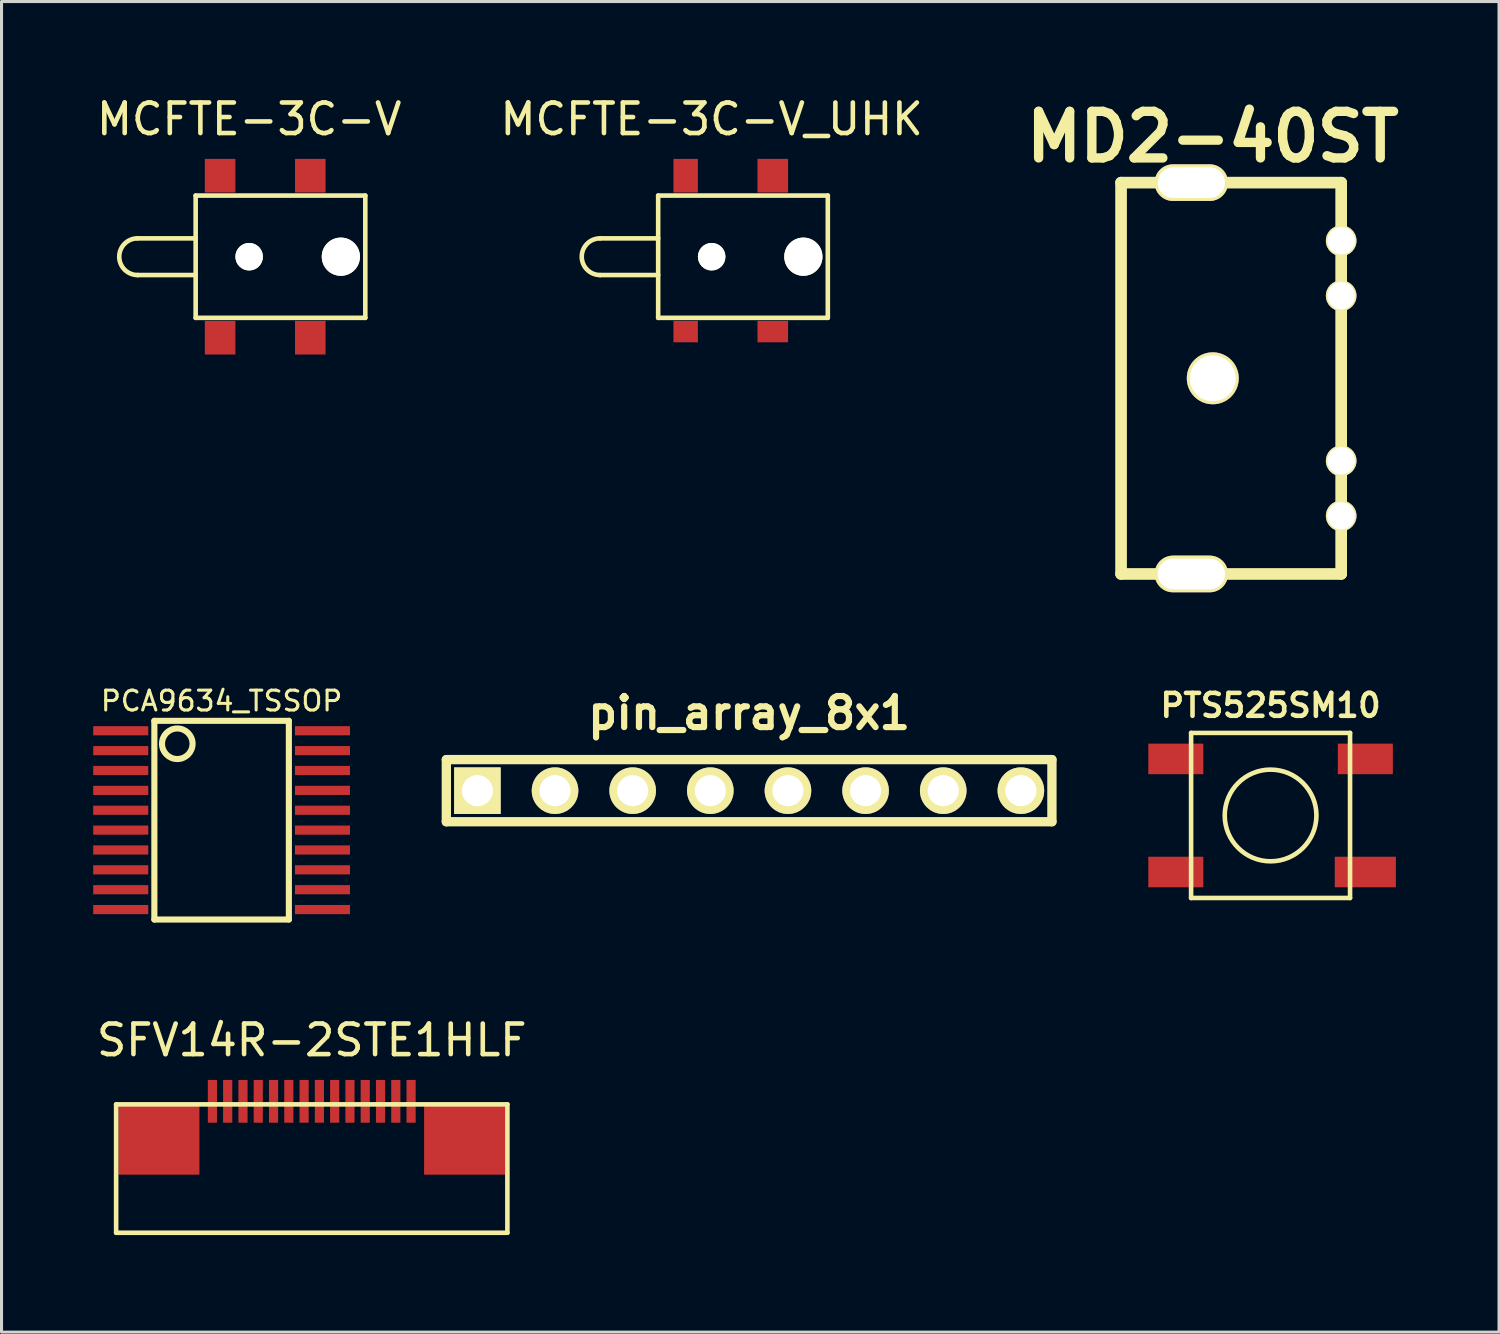
<source format=kicad_pcb>
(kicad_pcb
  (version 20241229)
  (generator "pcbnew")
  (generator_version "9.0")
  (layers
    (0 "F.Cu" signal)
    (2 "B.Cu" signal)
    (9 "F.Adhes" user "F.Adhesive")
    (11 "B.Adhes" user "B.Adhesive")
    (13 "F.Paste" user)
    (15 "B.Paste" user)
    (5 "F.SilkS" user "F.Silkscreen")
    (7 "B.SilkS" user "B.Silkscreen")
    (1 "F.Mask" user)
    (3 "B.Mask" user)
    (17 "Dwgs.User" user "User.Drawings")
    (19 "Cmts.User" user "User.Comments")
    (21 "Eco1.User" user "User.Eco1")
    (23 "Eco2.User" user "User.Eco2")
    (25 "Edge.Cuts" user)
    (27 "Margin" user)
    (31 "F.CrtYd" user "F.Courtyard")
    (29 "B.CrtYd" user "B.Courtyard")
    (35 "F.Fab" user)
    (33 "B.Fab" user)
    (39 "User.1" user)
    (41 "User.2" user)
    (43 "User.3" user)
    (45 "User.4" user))
  (footprint "pin_array_8x1"
    (layer "F.Cu")
    (at 21.458 22.817)
    (property "Reference" "pin_array_8x1" (at 0 -2.54 0) (layer "F.SilkS") (effects (font (size 1.016 1.016) (thickness 0.203))))
    (attr through_hole)
    (fp_line (start -9.906 -1.016) (end 9.906 -1.016) (stroke (width 0.305) (type solid)) (layer "F.SilkS"))
    (fp_line (start -9.906 1.016) (end -9.906 -1.016) (stroke (width 0.305) (type solid)) (layer "F.SilkS"))
    (fp_line (start 9.906 -1.016) (end 9.906 1.016) (stroke (width 0.305) (type solid)) (layer "F.SilkS"))
    (fp_line (start 9.906 1.016) (end -9.906 1.016) (stroke (width 0.305) (type solid)) (layer "F.SilkS"))
    (pad "1" thru_hole rect (at -8.89 0) (size 1.524 1.524) (drill 1.016) (layers "*.Cu" "*.Mask" "F.SilkS"))
    (pad "2" thru_hole circle (at -6.35 0) (size 1.524 1.524) (drill 1.016) (layers "*.Cu" "*.Mask" "F.SilkS"))
    (pad "3" thru_hole circle (at -3.81 0) (size 1.524 1.524) (drill 1.016) (layers "*.Cu" "*.Mask" "F.SilkS"))
    (pad "4" thru_hole circle (at -1.27 0) (size 1.524 1.524) (drill 1.016) (layers "*.Cu" "*.Mask" "F.SilkS"))
    (pad "5" thru_hole circle (at 1.27 0) (size 1.524 1.524) (drill 1.016) (layers "*.Cu" "*.Mask" "F.SilkS"))
    (pad "6" thru_hole circle (at 3.81 0) (size 1.524 1.524) (drill 1.016) (layers "*.Cu" "*.Mask" "F.SilkS"))
    (pad "7" thru_hole circle (at 6.35 0) (size 1.524 1.524) (drill 1.016) (layers "*.Cu" "*.Mask" "F.SilkS"))
    (pad "8" thru_hole circle (at 8.89 0) (size 1.524 1.524) (drill 1.016) (layers "*.Cu" "*.Mask" "F.SilkS")))
  (footprint "MCFTE-3C-V"
    (layer "F.Cu")
    (at 5.101 5.348)
    (property "Reference" "MCFTE-3C-V" (at 0 -4.5 0) (layer "F.SilkS") (effects (font (size 1 1) (thickness 0.15))))
    (attr through_hole)
    (fp_line (start -1.75 -2) (end -1.75 2) (stroke (width 0.15) (type solid)) (layer "F.SilkS"))
    (fp_line (start -1.75 -2) (end 3.8 -2) (stroke (width 0.15) (type solid)) (layer "F.SilkS"))
    (fp_line (start -1.75 -0.6) (end -3.65 -0.6) (stroke (width 0.15) (type solid)) (layer "F.SilkS"))
    (fp_line (start -1.75 0.6) (end -3.65 0.6) (stroke (width 0.15) (type solid)) (layer "F.SilkS"))
    (fp_line (start -1.75 2) (end 3.8 2) (stroke (width 0.15) (type solid)) (layer "F.SilkS"))
    (fp_line (start 3.8 -2) (end 3.8 2) (stroke (width 0.15) (type solid)) (layer "F.SilkS"))
    (fp_arc (start -3.65 0.6) (mid -4.25 0) (end -3.65 -0.6) (stroke (width 0.15) (type solid)) (layer "F.SilkS"))
    (pad "" np_thru_hole circle (at 0 0) (size 0.9 0.9) (drill 0.9) (layers "*.Cu" "*.Mask" "F.SilkS"))
    (pad "" np_thru_hole circle (at 3 0) (size 1.25 1.25) (drill 1.25) (layers "*.Cu" "*.Mask" "F.SilkS"))
    (pad "1" smd rect (at -0.95 -2.65) (size 1 1.1) (layers "F.Cu" "F.Mask" "F.Paste"))
    (pad "1" smd rect (at 2 -2.65) (size 1 1.1) (layers "F.Cu" "F.Mask" "F.Paste"))
    (pad "2" smd rect (at -0.95 2.65) (size 1 1.1) (layers "F.Cu" "F.Mask" "F.Paste"))
    (pad "2" smd rect (at 2 2.65) (size 1 1.1) (layers "F.Cu" "F.Mask" "F.Paste")))
  (footprint "MD2-40ST"
    (layer "F.Cu")
    (at 36.626 9.326)
    (property "Reference" "MD2-40ST" (at 0 -7.899 0) (layer "F.SilkS") (effects (font (size 1.524 1.524) (thickness 0.305))))
    (attr through_hole)
    (fp_line (start -3 -6.401) (end -3 6.401) (stroke (width 0.381) (type solid)) (layer "F.SilkS"))
    (fp_line (start -3 6.401) (end 4.201 6.401) (stroke (width 0.381) (type solid)) (layer "F.SilkS"))
    (fp_line (start 4.201 -6.401) (end -3 -6.401) (stroke (width 0.381) (type solid)) (layer "F.SilkS"))
    (fp_line (start 4.201 6.401) (end 4.201 -6.401) (stroke (width 0.381) (type solid)) (layer "F.SilkS"))
    (pad "1" thru_hole circle (at 0 0) (size 1.699 1.699) (drill 1.501) (layers "*.Cu" "*.Mask" "F.SilkS"))
    (pad "3" thru_hole circle (at 4.201 -2.7) (size 1.001 1.001) (drill 0.899) (layers "*.Cu" "*.Mask" "F.SilkS"))
    (pad "4" thru_hole circle (at 4.201 2.7) (size 1.001 1.001) (drill 0.899) (layers "*.Cu" "*.Mask" "F.SilkS"))
    (pad "5" thru_hole circle (at 4.201 4.501) (size 1.001 1.001) (drill 0.899) (layers "*.Cu" "*.Mask" "F.SilkS"))
    (pad "6" thru_hole oval (at -0.701 -6.401) (size 2.4 1.199) (drill oval 2.2 1.001) (layers "*.Cu" "*.Mask" "F.SilkS"))
    (pad "6" thru_hole circle (at 4.201 -4.501) (size 1.001 1.001) (drill 0.899) (layers "*.Cu" "*.Mask" "F.SilkS"))
    (pad "7" thru_hole oval (at -0.701 6.401) (size 2.4 1.199) (drill oval 2.2 1.001) (layers "*.Cu" "*.Mask" "F.SilkS")))
  (footprint "SFV14R-2STE1HLF"
    (layer "F.Cu")
    (at 7.149 37.28)
    (property "Reference" "SFV14R-2STE1HLF" (at 0 -6.3 0) (layer "F.SilkS") (effects (font (size 1 1) (thickness 0.15))))
    (attr through_hole)
    (fp_line (start -6.4 -4.2) (end -6.4 0) (stroke (width 0.15) (type solid)) (layer "F.SilkS"))
    (fp_line (start -6.4 -4.2) (end 6.4 -4.2) (stroke (width 0.15) (type solid)) (layer "F.SilkS"))
    (fp_line (start -6.4 0) (end 6.4 0) (stroke (width 0.15) (type solid)) (layer "F.SilkS"))
    (fp_line (start 6.4 -4.2) (end 6.4 0) (stroke (width 0.15) (type solid)) (layer "F.SilkS"))
    (pad "" smd rect (at -5 -3.05) (size 2.65 2.3) (layers "F.Cu" "F.Mask" "F.Paste"))
    (pad "" smd rect (at 5 -3.05) (size 2.65 2.3) (layers "F.Cu" "F.Mask" "F.Paste"))
    (pad "1" smd rect (at -3.25 -4.3) (size 0.3 1.4) (layers "F.Cu" "F.Mask" "F.Paste"))
    (pad "2" smd rect (at -2.75 -4.3) (size 0.3 1.4) (layers "F.Cu" "F.Mask" "F.Paste"))
    (pad "3" smd rect (at -2.25 -4.3) (size 0.3 1.4) (layers "F.Cu" "F.Mask" "F.Paste"))
    (pad "4" smd rect (at -1.75 -4.3) (size 0.3 1.4) (layers "F.Cu" "F.Mask" "F.Paste"))
    (pad "5" smd rect (at -1.25 -4.3) (size 0.3 1.4) (layers "F.Cu" "F.Mask" "F.Paste"))
    (pad "6" smd rect (at -0.75 -4.3) (size 0.3 1.4) (layers "F.Cu" "F.Mask" "F.Paste"))
    (pad "7" smd rect (at -0.25 -4.3) (size 0.3 1.4) (layers "F.Cu" "F.Mask" "F.Paste"))
    (pad "8" smd rect (at 0.25 -4.3) (size 0.3 1.4) (layers "F.Cu" "F.Mask" "F.Paste"))
    (pad "9" smd rect (at 0.75 -4.3) (size 0.3 1.4) (layers "F.Cu" "F.Mask" "F.Paste"))
    (pad "10" smd rect (at 1.25 -4.3) (size 0.3 1.4) (layers "F.Cu" "F.Mask" "F.Paste"))
    (pad "11" smd rect (at 1.75 -4.3) (size 0.3 1.4) (layers "F.Cu" "F.Mask" "F.Paste"))
    (pad "12" smd rect (at 2.25 -4.3) (size 0.3 1.4) (layers "F.Cu" "F.Mask" "F.Paste"))
    (pad "13" smd rect (at 2.75 -4.3) (size 0.3 1.4) (layers "F.Cu" "F.Mask" "F.Paste"))
    (pad "14" smd rect (at 3.25 -4.3) (size 0.3 1.4) (layers "F.Cu" "F.Mask" "F.Paste")))
  (footprint "PCA9634_TSSOP"
    (layer "F.Cu")
    (at 4.2 23.782)
    (property "Reference" "PCA9634_TSSOP" (at 0 -3.9 0) (layer "F.SilkS") (effects (font (size 0.65 0.65) (thickness 0.1))))
    (attr smd)
    (fp_line (start -2.2 -3.25) (end 2.2 -3.25) (stroke (width 0.2) (type solid)) (layer "F.SilkS"))
    (fp_line (start -2.2 3.25) (end -2.2 -3.25) (stroke (width 0.2) (type solid)) (layer "F.SilkS"))
    (fp_line (start 2.2 -3.25) (end 2.2 3.25) (stroke (width 0.2) (type solid)) (layer "F.SilkS"))
    (fp_line (start 2.2 3.25) (end -2.2 3.25) (stroke (width 0.2) (type solid)) (layer "F.SilkS"))
    (fp_circle (center -1.45 -2.5) (end -0.95 -2.5) (stroke (width 0.2) (type solid)) (fill no) (layer "F.SilkS"))
    (pad "1" smd rect (at -3.3 -2.925) (size 1.8 0.3) (layers "F.Cu" "F.Mask" "F.Paste"))
    (pad "2" smd rect (at -3.3 -2.275) (size 1.8 0.3) (layers "F.Cu" "F.Mask" "F.Paste"))
    (pad "3" smd rect (at -3.3 -1.625) (size 1.8 0.3) (layers "F.Cu" "F.Mask" "F.Paste"))
    (pad "4" smd rect (at -3.3 -0.975) (size 1.8 0.3) (layers "F.Cu" "F.Mask" "F.Paste"))
    (pad "5" smd rect (at -3.3 -0.325) (size 1.8 0.3) (layers "F.Cu" "F.Mask" "F.Paste"))
    (pad "6" smd rect (at -3.3 0.325) (size 1.8 0.3) (layers "F.Cu" "F.Mask" "F.Paste"))
    (pad "7" smd rect (at -3.3 0.975) (size 1.8 0.3) (layers "F.Cu" "F.Mask" "F.Paste"))
    (pad "8" smd rect (at -3.3 1.625) (size 1.8 0.3) (layers "F.Cu" "F.Mask" "F.Paste"))
    (pad "9" smd rect (at -3.3 2.275) (size 1.8 0.3) (layers "F.Cu" "F.Mask" "F.Paste"))
    (pad "10" smd rect (at -3.3 2.925) (size 1.8 0.3) (layers "F.Cu" "F.Mask" "F.Paste"))
    (pad "11" smd rect (at 3.3 2.925) (size 1.8 0.3) (layers "F.Cu" "F.Mask" "F.Paste"))
    (pad "12" smd rect (at 3.3 2.275) (size 1.8 0.3) (layers "F.Cu" "F.Mask" "F.Paste"))
    (pad "13" smd rect (at 3.3 1.625) (size 1.8 0.3) (layers "F.Cu" "F.Mask" "F.Paste"))
    (pad "14" smd rect (at 3.3 0.975) (size 1.8 0.3) (layers "F.Cu" "F.Mask" "F.Paste"))
    (pad "15" smd rect (at 3.3 0.325) (size 1.8 0.3) (layers "F.Cu" "F.Mask" "F.Paste"))
    (pad "16" smd rect (at 3.3 -0.325) (size 1.8 0.3) (layers "F.Cu" "F.Mask" "F.Paste"))
    (pad "17" smd rect (at 3.3 -0.975) (size 1.8 0.3) (layers "F.Cu" "F.Mask" "F.Paste"))
    (pad "18" smd rect (at 3.3 -1.625) (size 1.8 0.3) (layers "F.Cu" "F.Mask" "F.Paste"))
    (pad "19" smd rect (at 3.3 -2.275) (size 1.8 0.3) (layers "F.Cu" "F.Mask" "F.Paste"))
    (pad "20" smd rect (at 3.3 -2.925) (size 1.8 0.3) (layers "F.Cu" "F.Mask" "F.Paste")))
  (footprint "PTS525SM10"
    (layer "F.Cu")
    (at 38.517 23.628)
    (property "Reference" "PTS525SM10" (at 0 -3.6 0) (layer "F.SilkS") (effects (font (size 0.75 0.75) (thickness 0.15))))
    (attr through_hole)
    (fp_line (start -2.6 -2.7) (end 2.6 -2.7) (stroke (width 0.15) (type solid)) (layer "F.SilkS"))
    (fp_line (start -2.6 2.7) (end -2.6 -2.7) (stroke (width 0.15) (type solid)) (layer "F.SilkS"))
    (fp_line (start 2.6 -2.7) (end 2.6 2.7) (stroke (width 0.15) (type solid)) (layer "F.SilkS"))
    (fp_line (start 2.6 2.7) (end -2.6 2.7) (stroke (width 0.15) (type solid)) (layer "F.SilkS"))
    (fp_circle (center 0 0) (end 1.5 0) (stroke (width 0.15) (type solid)) (fill no) (layer "F.SilkS"))
    (pad "1" smd rect (at -3.1 -1.85) (size 1.8 1) (layers "F.Cu" "F.Mask" "F.Paste"))
    (pad "1" smd rect (at 3.1 -1.85) (size 1.8 1) (layers "F.Cu" "F.Mask" "F.Paste"))
    (pad "2" smd rect (at -3.1 1.85) (size 1.8 1) (layers "F.Cu" "F.Mask" "F.Paste"))
    (pad "2" smd rect (at 3.1 1.85) (size 2 1) (layers "F.Cu" "F.Mask" "F.Paste")))
  (footprint "MCFTE-3C-V_UHK"
    (layer "F.Cu")
    (at 20.232 5.348)
    (property "Reference" "MCFTE-3C-V_UHK" (at 0 -4.5 0) (layer "F.SilkS") (effects (font (size 1 1) (thickness 0.15))))
    (attr through_hole)
    (fp_line (start -1.75 -2) (end -1.75 2) (stroke (width 0.15) (type solid)) (layer "F.SilkS"))
    (fp_line (start -1.75 -2) (end 3.8 -2) (stroke (width 0.15) (type solid)) (layer "F.SilkS"))
    (fp_line (start -1.75 -0.6) (end -3.65 -0.6) (stroke (width 0.15) (type solid)) (layer "F.SilkS"))
    (fp_line (start -1.75 0.6) (end -3.65 0.6) (stroke (width 0.15) (type solid)) (layer "F.SilkS"))
    (fp_line (start -1.75 2) (end 3.8 2) (stroke (width 0.15) (type solid)) (layer "F.SilkS"))
    (fp_line (start 3.8 -2) (end 3.8 2) (stroke (width 0.15) (type solid)) (layer "F.SilkS"))
    (fp_arc (start -3.65 0.6) (mid -4.25 0) (end -3.65 -0.6) (stroke (width 0.15) (type solid)) (layer "F.SilkS"))
    (pad "" np_thru_hole circle (at 0 0) (size 0.9 0.9) (drill 0.9) (layers "*.Cu" "*.Mask" "F.SilkS"))
    (pad "" np_thru_hole circle (at 3 0) (size 1.25 1.25) (drill 1.25) (layers "*.Cu" "*.Mask" "F.SilkS"))
    (pad "1" smd rect (at -0.85 -2.65) (size 0.8 1.1) (layers "F.Cu" "F.Mask" "F.Paste"))
    (pad "1" smd rect (at 2 -2.65) (size 1 1.1) (layers "F.Cu" "F.Mask" "F.Paste"))
    (pad "2" smd rect (at -0.85 2.45) (size 0.8 0.7) (layers "F.Cu" "F.Mask" "F.Paste"))
    (pad "2" smd rect (at 2 2.45) (size 1 0.7) (layers "F.Cu" "F.Mask" "F.Paste")))
  (gr_rect
    (start -3 -3)
    (end 45.991 40.53)
    (stroke (width 0.1) (type default))
    (fill no)
    (layer "Edge.Cuts")))
</source>
